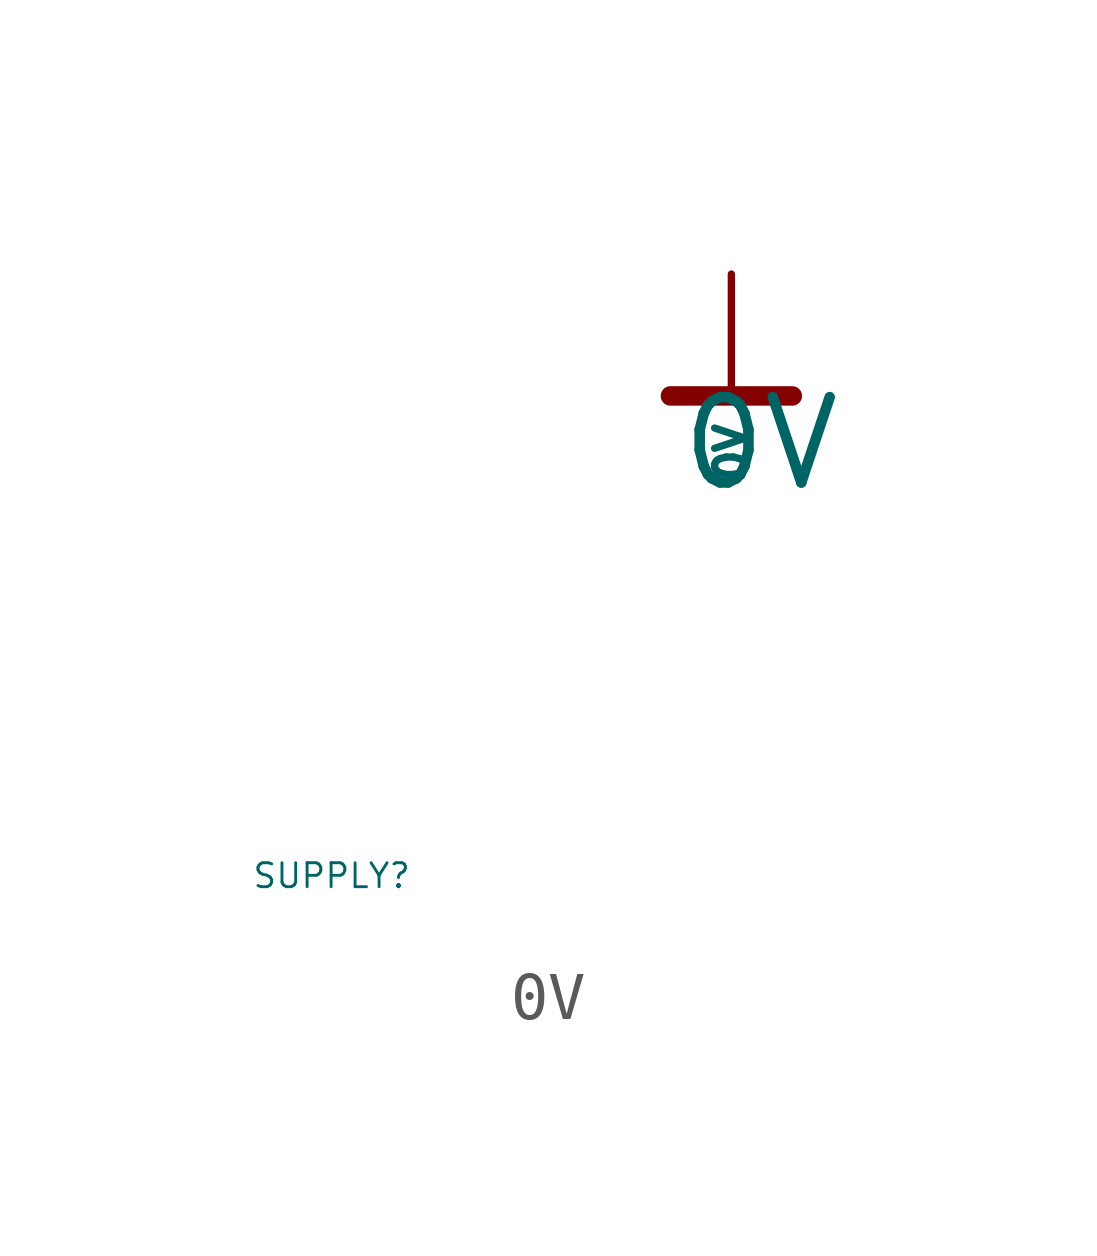
<source format=kicad_sym>
(kicad_symbol_lib
  (version 20220914)
  (generator Eagle2Kicad)
  (symbol "0V"
    (property "Reference" "SUPPLY"
      (at -10 -10 0)
      (effects (font (size 0.5 0.5) (thickness 0.06)) (justify left)))
    (property "Value" "0V"
      (at -1.143 -2.032 0)
      (effects (font (size 1.778 1.778) (thickness 0.22)) (justify left bottom)))
    (polyline
      (pts (xy -1.27 0) (xy 1.27 0))
      (stroke (width 0.406) (type default))
      (fill (type none)))
    (pin unspecified line
      (at 0 2.54 270)
      (length 2.54)
      (name "0V" (effects (font (size 0.635 0.635) (thickness 0.08)) (justify left bottom)))
      (number "" (effects (font (size 0.635 0.635) (thickness 0.08)) (justify left bottom))))))
</source>
